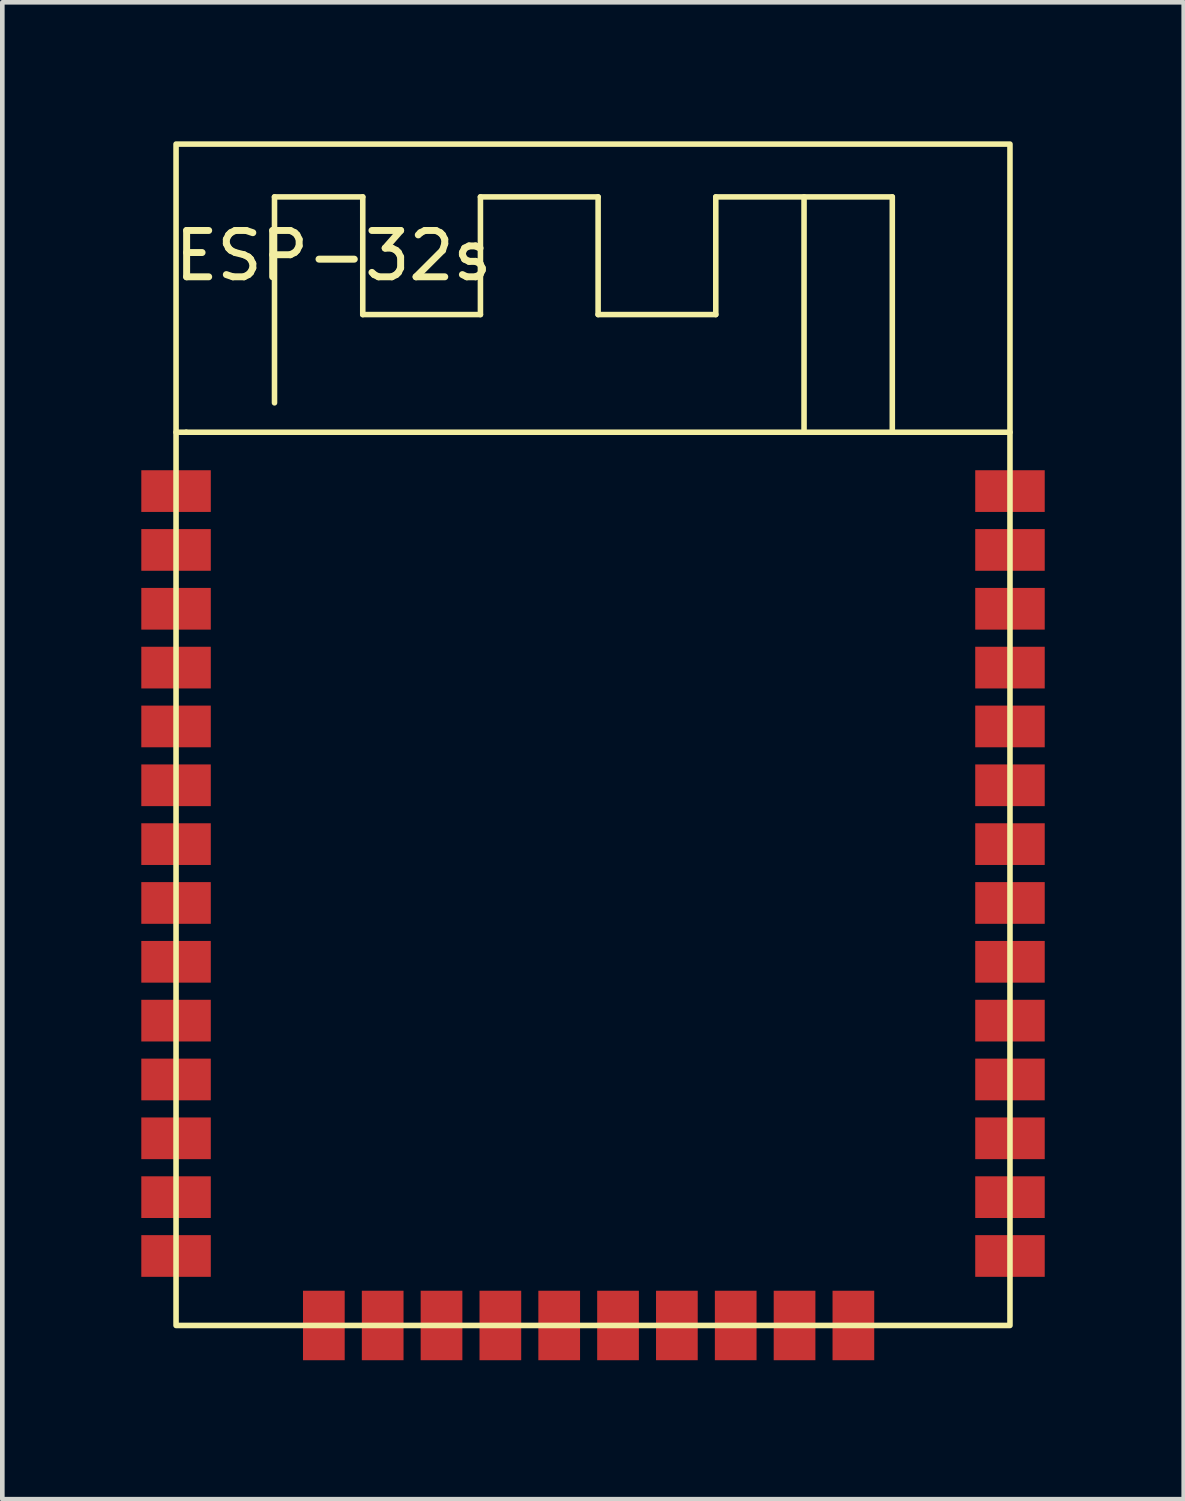
<source format=kicad_pcb>
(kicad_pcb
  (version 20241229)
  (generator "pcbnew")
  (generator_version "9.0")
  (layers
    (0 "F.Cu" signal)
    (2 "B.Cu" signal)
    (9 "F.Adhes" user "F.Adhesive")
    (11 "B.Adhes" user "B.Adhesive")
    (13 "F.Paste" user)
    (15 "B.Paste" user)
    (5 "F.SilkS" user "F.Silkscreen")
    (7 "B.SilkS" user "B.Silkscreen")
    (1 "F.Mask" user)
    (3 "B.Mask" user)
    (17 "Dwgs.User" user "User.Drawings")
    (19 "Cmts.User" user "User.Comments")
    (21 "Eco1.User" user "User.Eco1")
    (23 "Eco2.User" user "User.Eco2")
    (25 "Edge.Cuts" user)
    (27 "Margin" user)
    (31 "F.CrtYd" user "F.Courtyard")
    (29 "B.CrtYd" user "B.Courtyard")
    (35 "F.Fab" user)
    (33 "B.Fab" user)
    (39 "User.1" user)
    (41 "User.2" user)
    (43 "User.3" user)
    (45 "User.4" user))
  (footprint "ESP-32s"
    (layer "F.Cu")
    (at 0.75 25.56)
    (property "Reference" "ESP-32s" (at 3.395 -23.09 0) (unlocked yes) (layer "F.SilkS") (effects (font (size 1 1) (thickness 0.15))))
    (attr smd)
    (fp_line (start 0.22 -19.28) (end 0 -19.28) (stroke (width 0.12) (type solid)) (layer "F.SilkS"))
    (fp_line (start 2.125 -24.36) (end 2.125 -19.915) (stroke (width 0.12) (type solid)) (layer "F.SilkS"))
    (fp_line (start 4.03 -24.36) (end 2.125 -24.36) (stroke (width 0.12) (type solid)) (layer "F.SilkS"))
    (fp_line (start 4.03 -21.82) (end 4.03 -24.36) (stroke (width 0.12) (type solid)) (layer "F.SilkS"))
    (fp_line (start 6.57 -24.36) (end 6.57 -21.82) (stroke (width 0.12) (type solid)) (layer "F.SilkS"))
    (fp_line (start 6.57 -21.82) (end 4.03 -21.82) (stroke (width 0.12) (type solid)) (layer "F.SilkS"))
    (fp_line (start 9.11 -24.36) (end 6.57 -24.36) (stroke (width 0.12) (type solid)) (layer "F.SilkS"))
    (fp_line (start 9.11 -21.82) (end 9.11 -24.36) (stroke (width 0.12) (type solid)) (layer "F.SilkS"))
    (fp_line (start 11.65 -24.36) (end 11.65 -21.82) (stroke (width 0.12) (type solid)) (layer "F.SilkS"))
    (fp_line (start 11.65 -21.82) (end 9.11 -21.82) (stroke (width 0.12) (type solid)) (layer "F.SilkS"))
    (fp_line (start 13.555 -24.36) (end 13.555 -19.28) (stroke (width 0.12) (type solid)) (layer "F.SilkS"))
    (fp_line (start 15.46 -24.36) (end 11.65 -24.36) (stroke (width 0.12) (type solid)) (layer "F.SilkS"))
    (fp_line (start 15.46 -19.28) (end 15.46 -24.36) (stroke (width 0.12) (type solid)) (layer "F.SilkS"))
    (fp_line (start 18 -19.28) (end 0.22 -19.28) (stroke (width 0.12) (type solid)) (layer "F.SilkS"))
    (fp_rect (start 0 0) (end 18 -25.5) (stroke (width 0.12) (type solid)) (fill no) (layer "F.SilkS"))
    (pad "1" smd rect (at 0 -18.01) (size 1.5 0.9) (layers "F.Cu" "F.Mask" "F.Paste"))
    (pad "2" smd rect (at 0 -16.74) (size 1.5 0.9) (layers "F.Cu" "F.Mask" "F.Paste"))
    (pad "3" smd rect (at 0 -15.47) (size 1.5 0.9) (layers "F.Cu" "F.Mask" "F.Paste"))
    (pad "4" smd rect (at 0 -14.2) (size 1.5 0.9) (layers "F.Cu" "F.Mask" "F.Paste"))
    (pad "5" smd rect (at 0 -12.93) (size 1.5 0.9) (layers "F.Cu" "F.Mask" "F.Paste"))
    (pad "6" smd rect (at 0 -11.66) (size 1.5 0.9) (layers "F.Cu" "F.Mask" "F.Paste"))
    (pad "7" smd rect (at 0 -10.39) (size 1.5 0.9) (layers "F.Cu" "F.Mask" "F.Paste"))
    (pad "8" smd rect (at 0 -9.12) (size 1.5 0.9) (layers "F.Cu" "F.Mask" "F.Paste"))
    (pad "9" smd rect (at 0 -7.85) (size 1.5 0.9) (layers "F.Cu" "F.Mask" "F.Paste"))
    (pad "10" smd rect (at 0 -6.58) (size 1.5 0.9) (layers "F.Cu" "F.Mask" "F.Paste"))
    (pad "11" smd rect (at 0 -5.31) (size 1.5 0.9) (layers "F.Cu" "F.Mask" "F.Paste"))
    (pad "12" smd rect (at 0 -4.04) (size 1.5 0.9) (layers "F.Cu" "F.Mask" "F.Paste"))
    (pad "13" smd rect (at 0 -2.77) (size 1.5 0.9) (layers "F.Cu" "F.Mask" "F.Paste"))
    (pad "14" smd rect (at 0 -1.5) (size 1.5 0.9) (layers "F.Cu" "F.Mask" "F.Paste"))
    (pad "15" smd rect (at 3.19 0 90) (size 1.5 0.9) (layers "F.Cu" "F.Mask" "F.Paste"))
    (pad "16" smd rect (at 4.46 0 90) (size 1.5 0.9) (layers "F.Cu" "F.Mask" "F.Paste"))
    (pad "17" smd rect (at 5.73 0 90) (size 1.5 0.9) (layers "F.Cu" "F.Mask" "F.Paste"))
    (pad "18" smd rect (at 7 0 90) (size 1.5 0.9) (layers "F.Cu" "F.Mask" "F.Paste"))
    (pad "19" smd rect (at 8.27 0 90) (size 1.5 0.9) (layers "F.Cu" "F.Mask" "F.Paste"))
    (pad "20" smd rect (at 9.54 0 90) (size 1.5 0.9) (layers "F.Cu" "F.Mask" "F.Paste"))
    (pad "21" smd rect (at 10.81 0 90) (size 1.5 0.9) (layers "F.Cu" "F.Mask" "F.Paste"))
    (pad "22" smd rect (at 12.08 0 90) (size 1.5 0.9) (layers "F.Cu" "F.Mask" "F.Paste"))
    (pad "23" smd rect (at 13.35 0 90) (size 1.5 0.9) (layers "F.Cu" "F.Mask" "F.Paste"))
    (pad "24" smd rect (at 14.62 0 90) (size 1.5 0.9) (layers "F.Cu" "F.Mask" "F.Paste"))
    (pad "25" smd rect (at 18 -1.5 180) (size 1.5 0.9) (layers "F.Cu" "F.Mask" "F.Paste"))
    (pad "26" smd rect (at 18 -2.77 180) (size 1.5 0.9) (layers "F.Cu" "F.Mask" "F.Paste"))
    (pad "27" smd rect (at 18 -4.04 180) (size 1.5 0.9) (layers "F.Cu" "F.Mask" "F.Paste"))
    (pad "28" smd rect (at 18 -5.31 180) (size 1.5 0.9) (layers "F.Cu" "F.Mask" "F.Paste"))
    (pad "29" smd rect (at 18 -6.58 180) (size 1.5 0.9) (layers "F.Cu" "F.Mask" "F.Paste"))
    (pad "30" smd rect (at 18 -7.85 180) (size 1.5 0.9) (layers "F.Cu" "F.Mask" "F.Paste"))
    (pad "31" smd rect (at 18 -9.12 180) (size 1.5 0.9) (layers "F.Cu" "F.Mask" "F.Paste"))
    (pad "32" smd rect (at 18 -10.39 180) (size 1.5 0.9) (layers "F.Cu" "F.Mask" "F.Paste"))
    (pad "33" smd rect (at 18 -11.66 180) (size 1.5 0.9) (layers "F.Cu" "F.Mask" "F.Paste"))
    (pad "34" smd rect (at 18 -12.93 180) (size 1.5 0.9) (layers "F.Cu" "F.Mask" "F.Paste"))
    (pad "35" smd rect (at 18 -14.2 180) (size 1.5 0.9) (layers "F.Cu" "F.Mask" "F.Paste"))
    (pad "36" smd rect (at 18 -15.47 180) (size 1.5 0.9) (layers "F.Cu" "F.Mask" "F.Paste"))
    (pad "37" smd rect (at 18 -16.74 180) (size 1.5 0.9) (layers "F.Cu" "F.Mask" "F.Paste"))
    (pad "38" smd rect (at 18 -18.01 180) (size 1.5 0.9) (layers "F.Cu" "F.Mask" "F.Paste")))
  (gr_rect
    (start -3 -3)
    (end 22.5 29.31)
    (stroke (width 0.1) (type default))
    (fill no)
    (layer "Edge.Cuts")))
</source>
